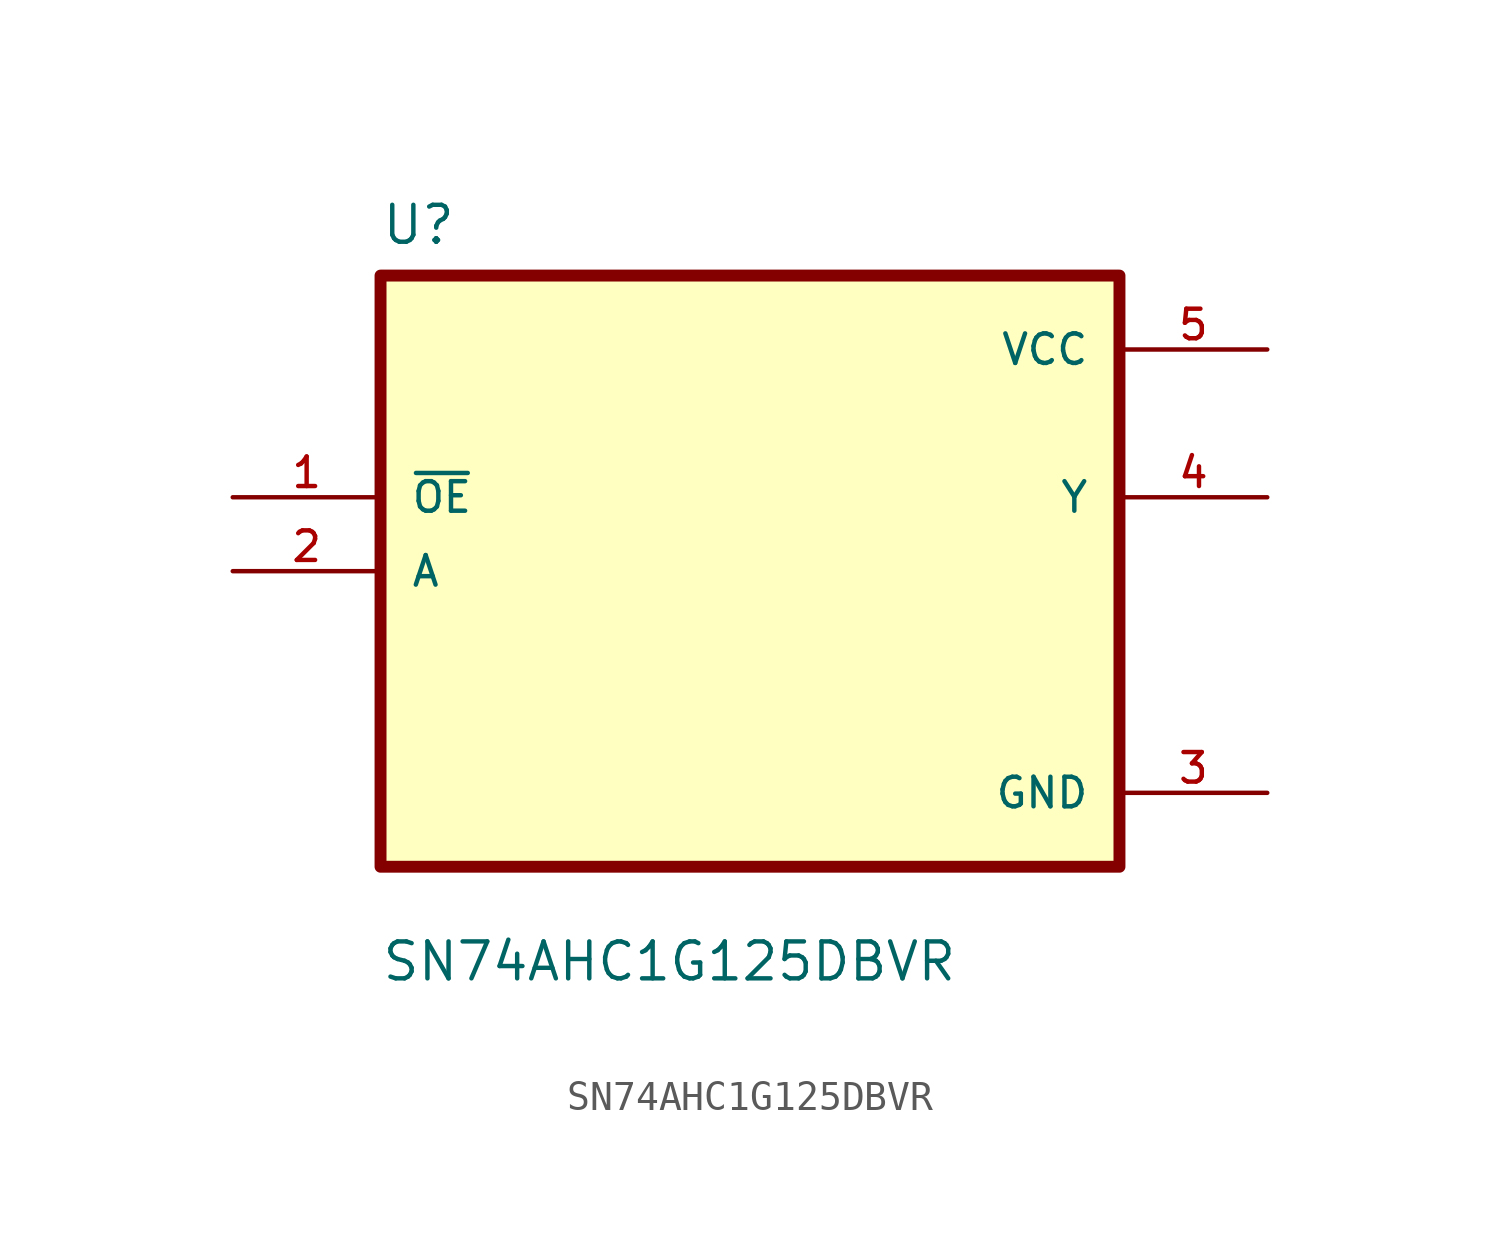
<source format=kicad_sym>
(kicad_symbol_lib
  (version 20211014)
  (generator kicad_symbol_editor)
  (symbol "SN74AHC1G125DBVR"
    (pin_names
      (offset 1.016))
    (property "Reference" "U"
      (at -12.7 11.16 0.0)
      (effects (font (size 1.27 1.27)) (justify bottom left)))
    (property "Value" "SN74AHC1G125DBVR"
      (at -12.7 -14.16 0.0)
      (effects (font (size 1.27 1.27)) (justify bottom left)))
    (symbol "SN74AHC1G125DBVR_0_0"
      (rectangle (start -12.7 -10.16) (end 12.7 10.16) (stroke (width 0.41)) (fill (type background)))
      (pin input line (at -17.78 2.54 0) (length 5.08) (name "~{OE}" (effects (font (size 1.016 1.016)))) (number "1" (effects (font (size 1.016 1.016)))))
      (pin input line (at -17.78 0.0 0) (length 5.08) (name "A" (effects (font (size 1.016 1.016)))) (number "2" (effects (font (size 1.016 1.016)))))
      (pin power_in line (at 17.78 7.62 180.0) (length 5.08) (name "VCC" (effects (font (size 1.016 1.016)))) (number "5" (effects (font (size 1.016 1.016)))))
      (pin output line (at 17.78 2.54 180.0) (length 5.08) (name "Y" (effects (font (size 1.016 1.016)))) (number "4" (effects (font (size 1.016 1.016)))))
      (pin power_in line (at 17.78 -7.62 180.0) (length 5.08) (name "GND" (effects (font (size 1.016 1.016)))) (number "3" (effects (font (size 1.016 1.016))))))))
</source>
